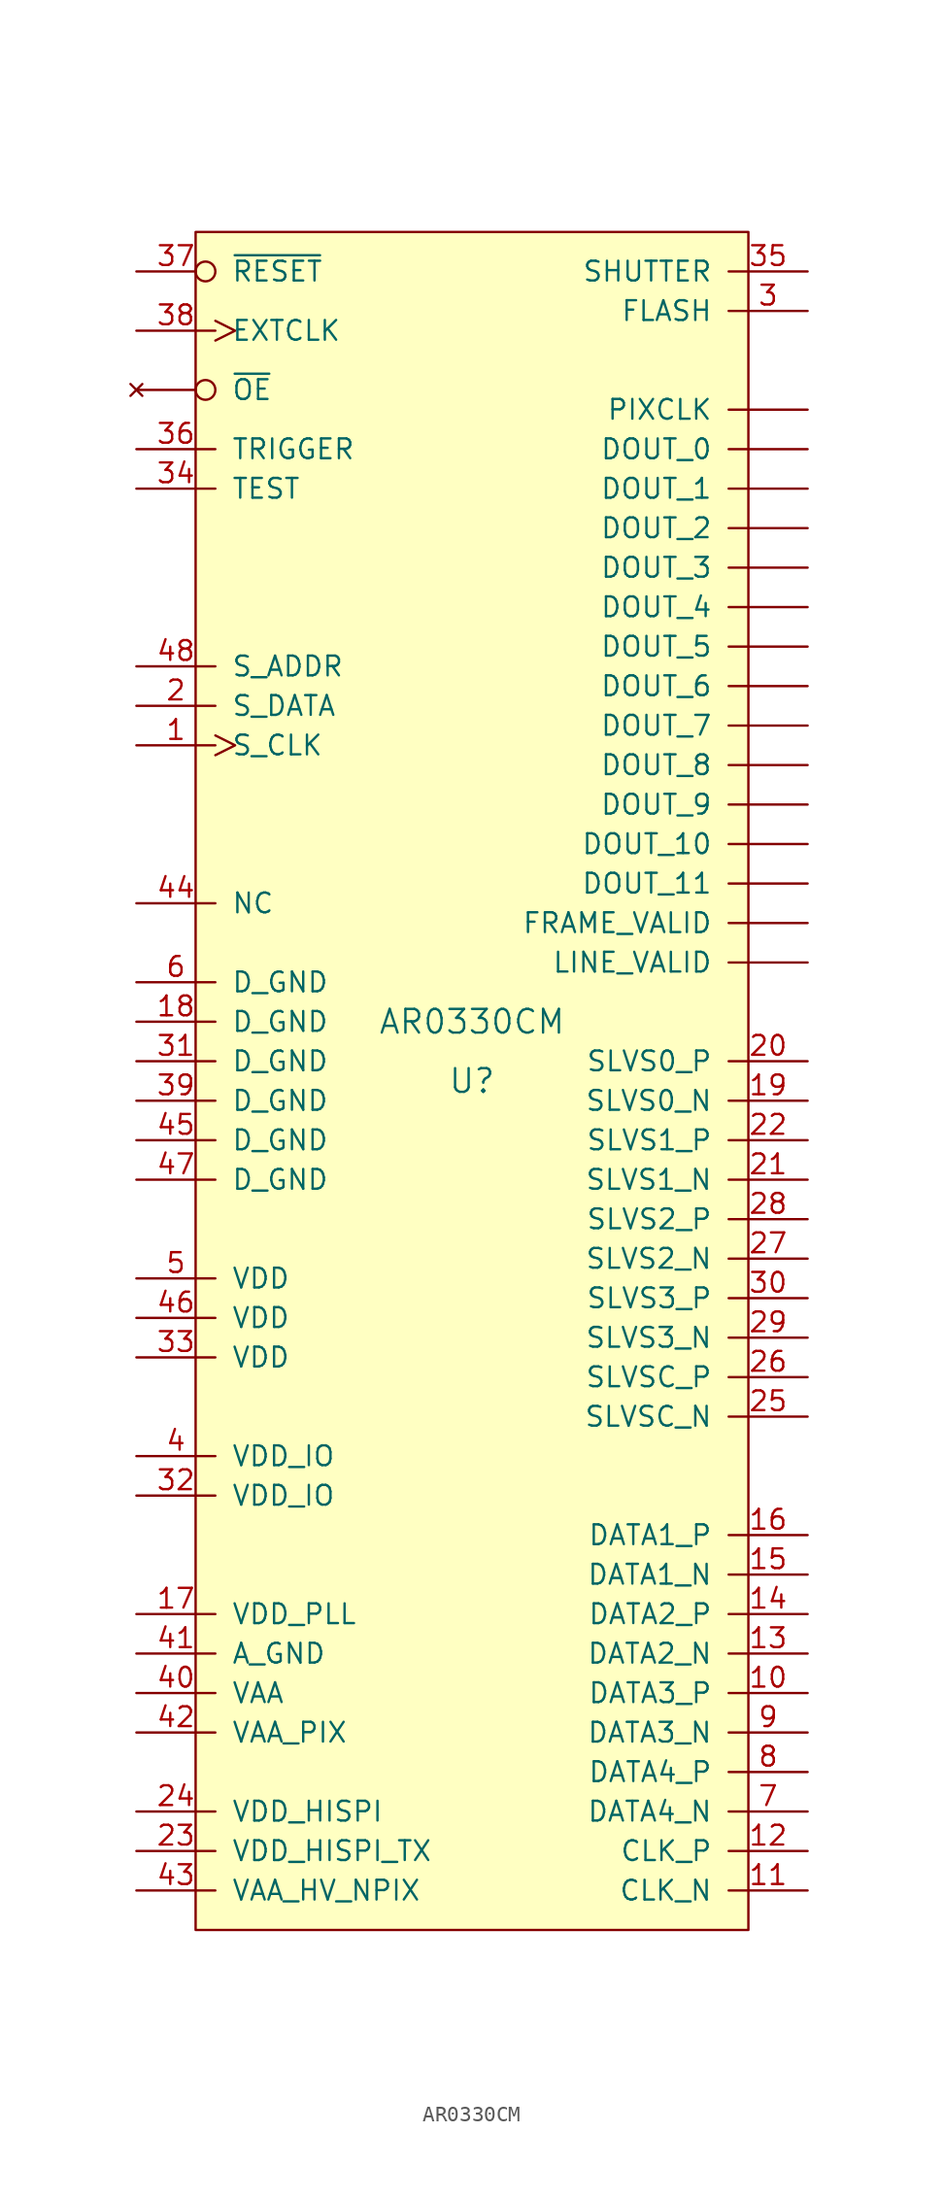
<source format=kicad_sym>
(kicad_symbol_lib
  (version 20201005)
  (generator kicad_symbol_editor)
  (symbol "image_sensor:AR0330CM"
    (pin_names
      (offset 1.016))
    (property "Reference" "U"
      (at 0 0 0)
      (effects (font (size 1.524 1.524))))
    (property "Value" "AR0330CM"
      (at 0 3.81 0)
      (effects (font (size 1.524 1.524))))
    (symbol "AR0330CM_0_1"
      (rectangle (start -17.78 54.61) (end 17.78 -54.61) (stroke (width 0)) (fill (type background))))
    (symbol "AR0330CM_1_1"
      (pin input clock (at -21.59 21.59 0) (length 5.08) (name "S_CLK" (effects (font (size 1.27 1.27)))) (number "1" (effects (font (size 1.27 1.27)))))
      (pin bidirectional line (at -21.59 24.13 0) (length 5.08) (name "S_DATA" (effects (font (size 1.27 1.27)))) (number "2" (effects (font (size 1.27 1.27)))))
      (pin output line (at 21.59 49.53 180) (length 5.08) (name "FLASH" (effects (font (size 1.27 1.27)))) (number "3" (effects (font (size 1.27 1.27)))))
      (pin power_in line (at -21.59 -24.13 0) (length 5.08) (name "VDD_IO" (effects (font (size 1.27 1.27)))) (number "4" (effects (font (size 1.27 1.27)))))
      (pin power_in line (at -21.59 -12.7 0) (length 5.08) (name "VDD" (effects (font (size 1.27 1.27)))) (number "5" (effects (font (size 1.27 1.27)))))
      (pin power_in line (at -21.59 6.35 0) (length 5.08) (name "D_GND" (effects (font (size 1.27 1.27)))) (number "6" (effects (font (size 1.27 1.27)))))
      (pin output line (at 21.59 -46.99 180) (length 5.08) (name "DATA4_N" (effects (font (size 1.27 1.27)))) (number "7" (effects (font (size 1.27 1.27)))))
      (pin output line (at 21.59 -44.45 180) (length 5.08) (name "DATA4_P" (effects (font (size 1.27 1.27)))) (number "8" (effects (font (size 1.27 1.27)))))
      (pin output line (at 21.59 -41.91 180) (length 5.08) (name "DATA3_N" (effects (font (size 1.27 1.27)))) (number "9" (effects (font (size 1.27 1.27)))))
      (pin output line (at 21.59 40.64 180) (length 5.08) (name "DOUT_0" (effects (font (size 1.27 1.27)))) (number "~" (effects (font (size 1.27 1.27)))))
      (pin output line (at 21.59 38.1 180) (length 5.08) (name "DOUT_1" (effects (font (size 1.27 1.27)))) (number "~" (effects (font (size 1.27 1.27)))))
      (pin output line (at 21.59 15.24 180) (length 5.08) (name "DOUT_10" (effects (font (size 1.27 1.27)))) (number "~" (effects (font (size 1.27 1.27)))))
      (pin output line (at 21.59 12.7 180) (length 5.08) (name "DOUT_11" (effects (font (size 1.27 1.27)))) (number "~" (effects (font (size 1.27 1.27)))))
      (pin output line (at 21.59 35.56 180) (length 5.08) (name "DOUT_2" (effects (font (size 1.27 1.27)))) (number "~" (effects (font (size 1.27 1.27)))))
      (pin output line (at 21.59 33.02 180) (length 5.08) (name "DOUT_3" (effects (font (size 1.27 1.27)))) (number "~" (effects (font (size 1.27 1.27)))))
      (pin output line (at 21.59 30.48 180) (length 5.08) (name "DOUT_4" (effects (font (size 1.27 1.27)))) (number "~" (effects (font (size 1.27 1.27)))))
      (pin output line (at 21.59 27.94 180) (length 5.08) (name "DOUT_5" (effects (font (size 1.27 1.27)))) (number "~" (effects (font (size 1.27 1.27)))))
      (pin output line (at 21.59 25.4 180) (length 5.08) (name "DOUT_6" (effects (font (size 1.27 1.27)))) (number "~" (effects (font (size 1.27 1.27)))))
      (pin output line (at 21.59 22.86 180) (length 5.08) (name "DOUT_7" (effects (font (size 1.27 1.27)))) (number "~" (effects (font (size 1.27 1.27)))))
      (pin output line (at 21.59 20.32 180) (length 5.08) (name "DOUT_8" (effects (font (size 1.27 1.27)))) (number "~" (effects (font (size 1.27 1.27)))))
      (pin output line (at 21.59 17.78 180) (length 5.08) (name "DOUT_9" (effects (font (size 1.27 1.27)))) (number "~" (effects (font (size 1.27 1.27)))))
      (pin output line (at 21.59 10.16 180) (length 5.08) (name "FRAME_VALID" (effects (font (size 1.27 1.27)))) (number "~" (effects (font (size 1.27 1.27)))))
      (pin output line (at 21.59 7.62 180) (length 5.08) (name "LINE_VALID" (effects (font (size 1.27 1.27)))) (number "~" (effects (font (size 1.27 1.27)))))
      (pin output line (at 21.59 43.18 180) (length 5.08) (name "PIXCLK" (effects (font (size 1.27 1.27)))) (number "~" (effects (font (size 1.27 1.27)))))
      (pin unconnected inverted (at -21.59 44.45 0) (length 5.08) (name "~OE" (effects (font (size 1.27 1.27)))) (number "~" (effects (font (size 1.27 1.27)))))
      (pin output line (at 21.59 -39.37 180) (length 5.08) (name "DATA3_P" (effects (font (size 1.27 1.27)))) (number "10" (effects (font (size 1.27 1.27)))))
      (pin output line (at 21.59 1.27 180) (length 5.08) (name "SLVS0_P" (effects (font (size 1.27 1.27)))) (number "20" (effects (font (size 1.27 1.27)))))
      (pin output line (at 21.59 -13.97 180) (length 5.08) (name "SLVS3_P" (effects (font (size 1.27 1.27)))) (number "30" (effects (font (size 1.27 1.27)))))
      (pin power_in line (at -21.59 -39.37 0) (length 5.08) (name "VAA" (effects (font (size 1.27 1.27)))) (number "40" (effects (font (size 1.27 1.27)))))
      (pin output line (at 21.59 -52.07 180) (length 5.08) (name "CLK_N" (effects (font (size 1.27 1.27)))) (number "11" (effects (font (size 1.27 1.27)))))
      (pin output line (at 21.59 -6.35 180) (length 5.08) (name "SLVS1_N" (effects (font (size 1.27 1.27)))) (number "21" (effects (font (size 1.27 1.27)))))
      (pin power_in line (at -21.59 1.27 0) (length 5.08) (name "D_GND" (effects (font (size 1.27 1.27)))) (number "31" (effects (font (size 1.27 1.27)))))
      (pin power_in line (at -21.59 -36.83 0) (length 5.08) (name "A_GND" (effects (font (size 1.27 1.27)))) (number "41" (effects (font (size 1.27 1.27)))))
      (pin output line (at 21.59 -49.53 180) (length 5.08) (name "CLK_P" (effects (font (size 1.27 1.27)))) (number "12" (effects (font (size 1.27 1.27)))))
      (pin output line (at 21.59 -3.81 180) (length 5.08) (name "SLVS1_P" (effects (font (size 1.27 1.27)))) (number "22" (effects (font (size 1.27 1.27)))))
      (pin power_in line (at -21.59 -26.67 0) (length 5.08) (name "VDD_IO" (effects (font (size 1.27 1.27)))) (number "32" (effects (font (size 1.27 1.27)))))
      (pin power_in line (at -21.59 -41.91 0) (length 5.08) (name "VAA_PIX" (effects (font (size 1.27 1.27)))) (number "42" (effects (font (size 1.27 1.27)))))
      (pin output line (at 21.59 -36.83 180) (length 5.08) (name "DATA2_N" (effects (font (size 1.27 1.27)))) (number "13" (effects (font (size 1.27 1.27)))))
      (pin power_in line (at -21.59 -49.53 0) (length 5.08) (name "VDD_HISPI_TX" (effects (font (size 1.27 1.27)))) (number "23" (effects (font (size 1.27 1.27)))))
      (pin power_in line (at -21.59 -17.78 0) (length 5.08) (name "VDD" (effects (font (size 1.27 1.27)))) (number "33" (effects (font (size 1.27 1.27)))))
      (pin power_in line (at -21.59 -52.07 0) (length 5.08) (name "VAA_HV_NPIX" (effects (font (size 1.27 1.27)))) (number "43" (effects (font (size 1.27 1.27)))))
      (pin output line (at 21.59 -34.29 180) (length 5.08) (name "DATA2_P" (effects (font (size 1.27 1.27)))) (number "14" (effects (font (size 1.27 1.27)))))
      (pin power_in line (at -21.59 -46.99 0) (length 5.08) (name "VDD_HISPI" (effects (font (size 1.27 1.27)))) (number "24" (effects (font (size 1.27 1.27)))))
      (pin input line (at -21.59 38.1 0) (length 5.08) (name "TEST" (effects (font (size 1.27 1.27)))) (number "34" (effects (font (size 1.27 1.27)))))
      (pin power_in line (at -21.59 11.43 0) (length 5.08) (name "NC" (effects (font (size 1.27 1.27)))) (number "44" (effects (font (size 1.27 1.27)))))
      (pin output line (at 21.59 -31.75 180) (length 5.08) (name "DATA1_N" (effects (font (size 1.27 1.27)))) (number "15" (effects (font (size 1.27 1.27)))))
      (pin output line (at 21.59 -21.59 180) (length 5.08) (name "SLVSC_N" (effects (font (size 1.27 1.27)))) (number "25" (effects (font (size 1.27 1.27)))))
      (pin output line (at 21.59 52.07 180) (length 5.08) (name "SHUTTER" (effects (font (size 1.27 1.27)))) (number "35" (effects (font (size 1.27 1.27)))))
      (pin power_in line (at -21.59 -3.81 0) (length 5.08) (name "D_GND" (effects (font (size 1.27 1.27)))) (number "45" (effects (font (size 1.27 1.27)))))
      (pin output line (at 21.59 -29.21 180) (length 5.08) (name "DATA1_P" (effects (font (size 1.27 1.27)))) (number "16" (effects (font (size 1.27 1.27)))))
      (pin output line (at 21.59 -19.05 180) (length 5.08) (name "SLVSC_P" (effects (font (size 1.27 1.27)))) (number "26" (effects (font (size 1.27 1.27)))))
      (pin input line (at -21.59 40.64 0) (length 5.08) (name "TRIGGER" (effects (font (size 1.27 1.27)))) (number "36" (effects (font (size 1.27 1.27)))))
      (pin power_in line (at -21.59 -15.24 0) (length 5.08) (name "VDD" (effects (font (size 1.27 1.27)))) (number "46" (effects (font (size 1.27 1.27)))))
      (pin power_in line (at -21.59 -34.29 0) (length 5.08) (name "VDD_PLL" (effects (font (size 1.27 1.27)))) (number "17" (effects (font (size 1.27 1.27)))))
      (pin output line (at 21.59 -11.43 180) (length 5.08) (name "SLVS2_N" (effects (font (size 1.27 1.27)))) (number "27" (effects (font (size 1.27 1.27)))))
      (pin input inverted (at -21.59 52.07 0) (length 5.08) (name "~RESET" (effects (font (size 1.27 1.27)))) (number "37" (effects (font (size 1.27 1.27)))))
      (pin power_in line (at -21.59 -6.35 0) (length 5.08) (name "D_GND" (effects (font (size 1.27 1.27)))) (number "47" (effects (font (size 1.27 1.27)))))
      (pin power_in line (at -21.59 3.81 0) (length 5.08) (name "D_GND" (effects (font (size 1.27 1.27)))) (number "18" (effects (font (size 1.27 1.27)))))
      (pin output line (at 21.59 -8.89 180) (length 5.08) (name "SLVS2_P" (effects (font (size 1.27 1.27)))) (number "28" (effects (font (size 1.27 1.27)))))
      (pin input clock (at -21.59 48.26 0) (length 5.08) (name "EXTCLK" (effects (font (size 1.27 1.27)))) (number "38" (effects (font (size 1.27 1.27)))))
      (pin input line (at -21.59 26.67 0) (length 5.08) (name "S_ADDR" (effects (font (size 1.27 1.27)))) (number "48" (effects (font (size 1.27 1.27)))))
      (pin output line (at 21.59 -1.27 180) (length 5.08) (name "SLVS0_N" (effects (font (size 1.27 1.27)))) (number "19" (effects (font (size 1.27 1.27)))))
      (pin output line (at 21.59 -16.51 180) (length 5.08) (name "SLVS3_N" (effects (font (size 1.27 1.27)))) (number "29" (effects (font (size 1.27 1.27)))))
      (pin power_in line (at -21.59 -1.27 0) (length 5.08) (name "D_GND" (effects (font (size 1.27 1.27)))) (number "39" (effects (font (size 1.27 1.27))))))))
</source>
